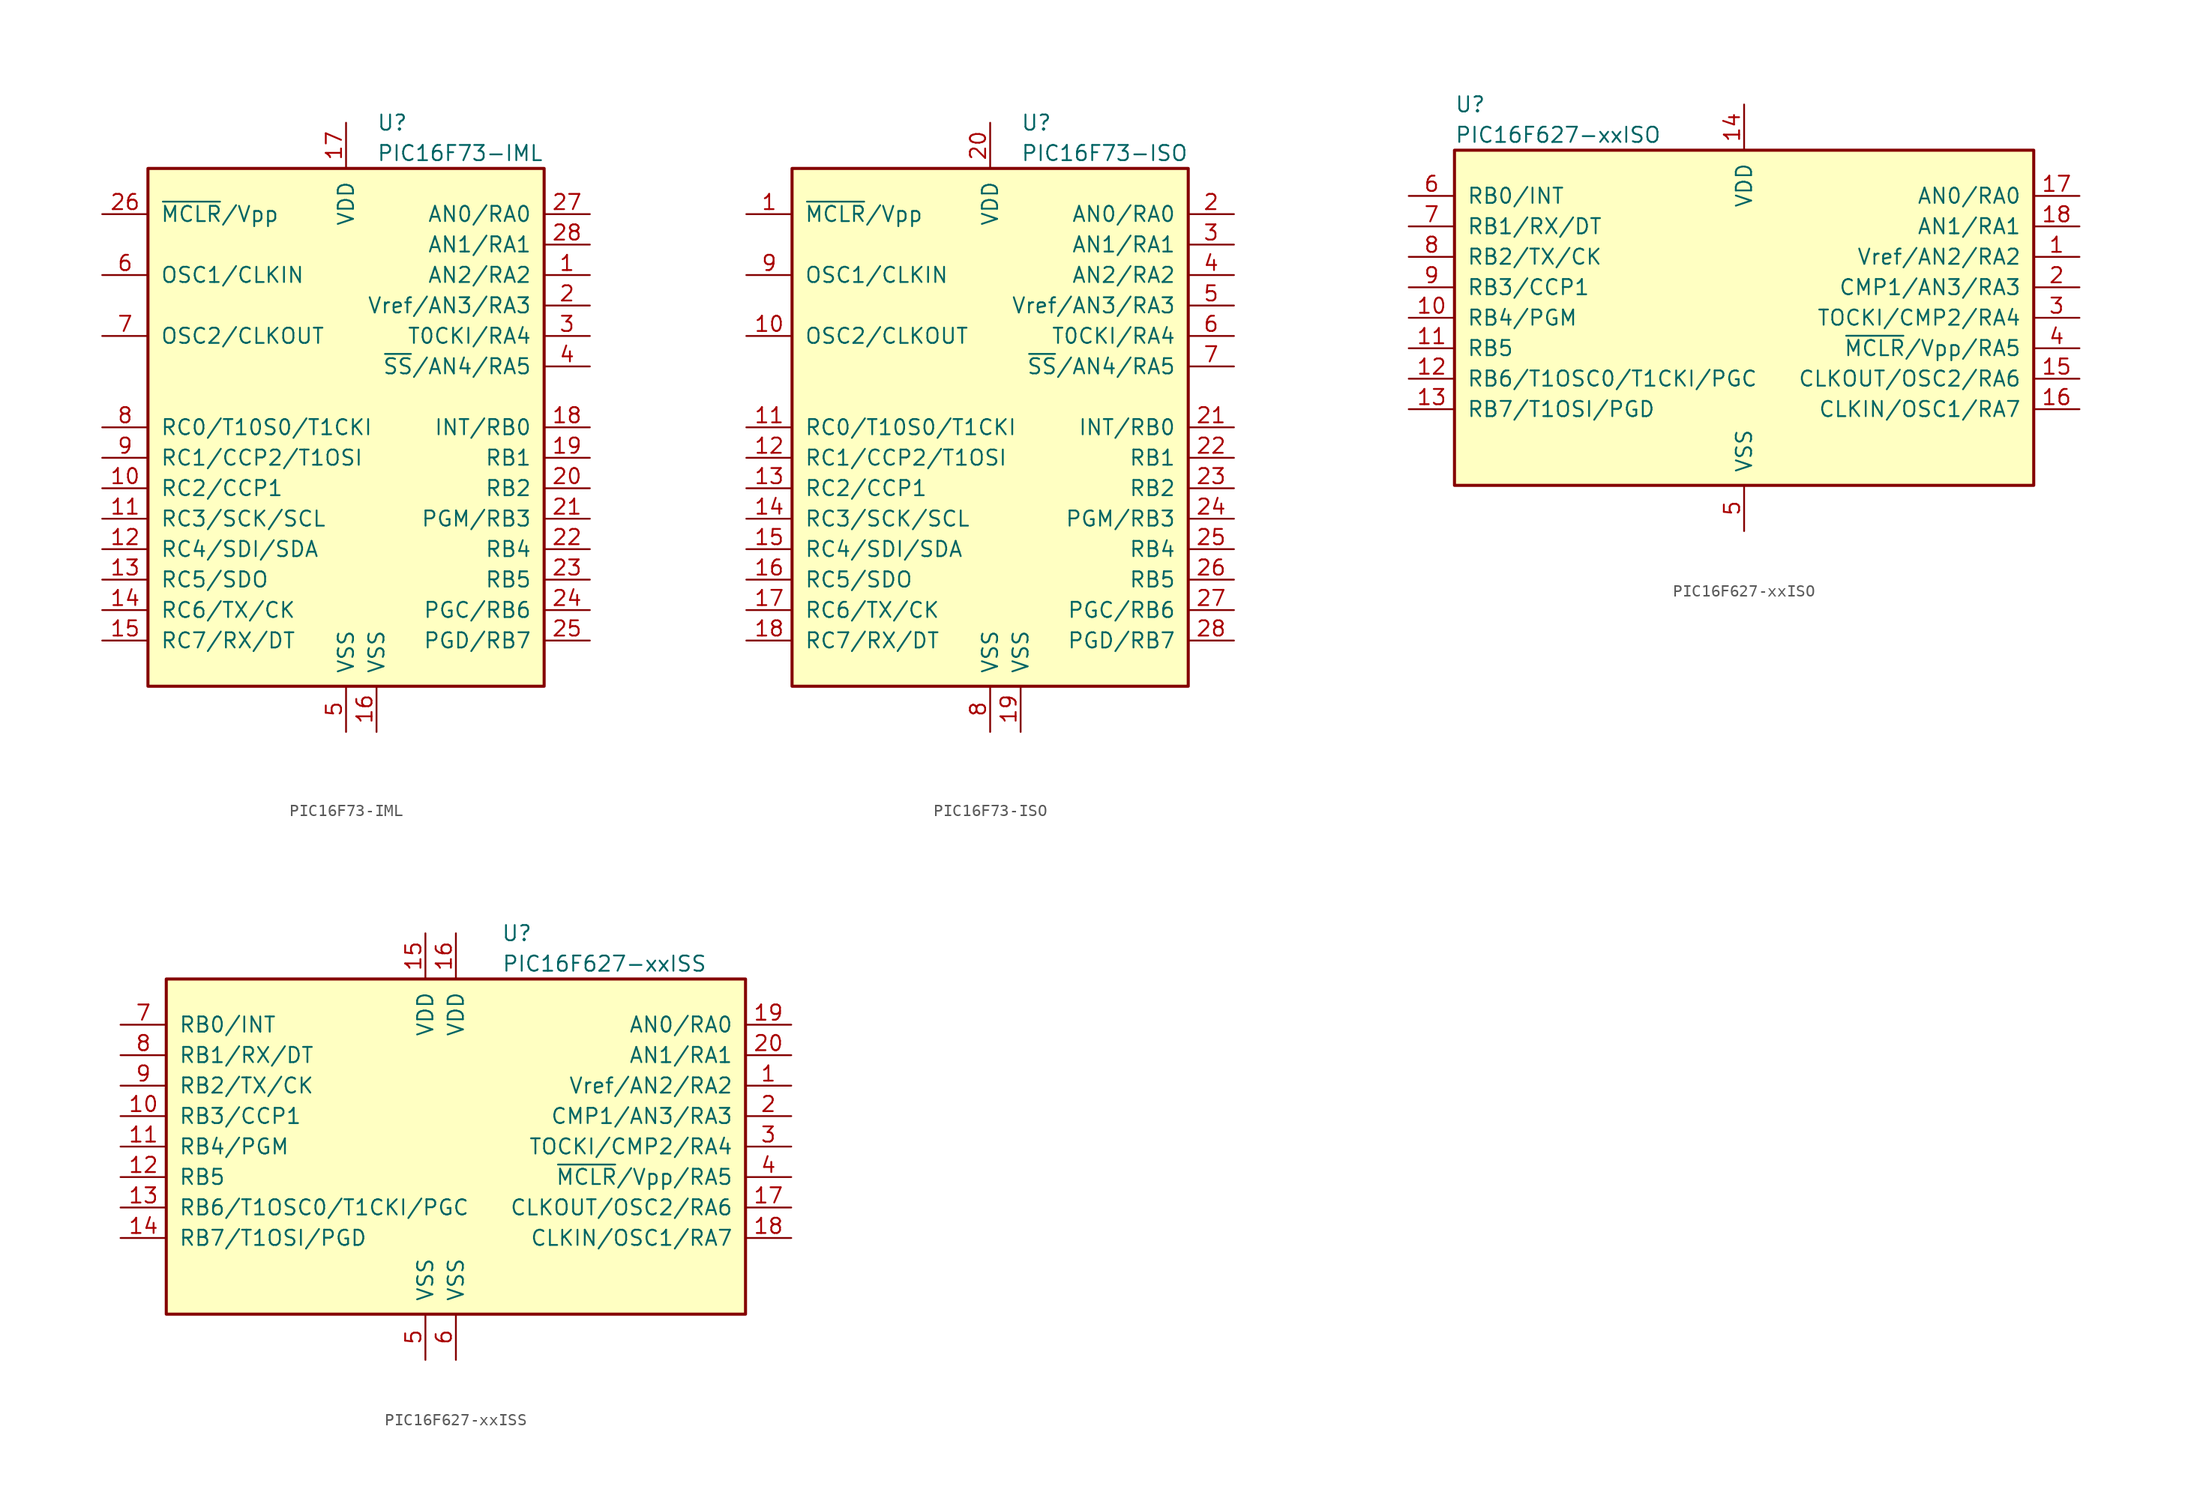
<source format=kicad_sym>
(kicad_symbol_lib
  (version 20201005)
  (generator kicad_symbol_editor)
  (symbol "PIC16F73-IML"
    (pin_names
      (offset 1.016))
    (property "Reference" "U"
      (at 2.54 25.4 0)
      (effects (font (size 1.27 1.27)) (justify left)))
    (property "Value" "PIC16F73-IML"
      (at 2.54 22.86 0)
      (effects (font (size 1.27 1.27)) (justify left)))
    (symbol "PIC16F73-IML_0_1"
      (rectangle (start -16.51 -21.59) (end 16.51 21.59) (stroke (width 0.254)) (fill (type background))))
    (symbol "PIC16F73-IML_1_1"
      (pin bidirectional line (at 20.32 12.7 180) (length 3.81) (name "AN2/RA2" (effects (font (size 1.27 1.27)))) (number "1" (effects (font (size 1.27 1.27)))))
      (pin bidirectional line (at -20.32 -5.08 0) (length 3.81) (name "RC2/CCP1" (effects (font (size 1.27 1.27)))) (number "10" (effects (font (size 1.27 1.27)))))
      (pin bidirectional line (at -20.32 -7.62 0) (length 3.81) (name "RC3/SCK/SCL" (effects (font (size 1.27 1.27)))) (number "11" (effects (font (size 1.27 1.27)))))
      (pin bidirectional line (at -20.32 -10.16 0) (length 3.81) (name "RC4/SDI/SDA" (effects (font (size 1.27 1.27)))) (number "12" (effects (font (size 1.27 1.27)))))
      (pin bidirectional line (at -20.32 -12.7 0) (length 3.81) (name "RC5/SDO" (effects (font (size 1.27 1.27)))) (number "13" (effects (font (size 1.27 1.27)))))
      (pin bidirectional line (at -20.32 -15.24 0) (length 3.81) (name "RC6/TX/CK" (effects (font (size 1.27 1.27)))) (number "14" (effects (font (size 1.27 1.27)))))
      (pin bidirectional line (at -20.32 -17.78 0) (length 3.81) (name "RC7/RX/DT" (effects (font (size 1.27 1.27)))) (number "15" (effects (font (size 1.27 1.27)))))
      (pin power_in line (at 2.54 -25.4 90) (length 3.81) (name "VSS" (effects (font (size 1.27 1.27)))) (number "16" (effects (font (size 1.27 1.27)))))
      (pin power_in line (at 0 25.4 270) (length 3.81) (name "VDD" (effects (font (size 1.27 1.27)))) (number "17" (effects (font (size 1.27 1.27)))))
      (pin bidirectional line (at 20.32 0 180) (length 3.81) (name "INT/RB0" (effects (font (size 1.27 1.27)))) (number "18" (effects (font (size 1.27 1.27)))))
      (pin bidirectional line (at 20.32 -2.54 180) (length 3.81) (name "RB1" (effects (font (size 1.27 1.27)))) (number "19" (effects (font (size 1.27 1.27)))))
      (pin bidirectional line (at 20.32 10.16 180) (length 3.81) (name "Vref/AN3/RA3" (effects (font (size 1.27 1.27)))) (number "2" (effects (font (size 1.27 1.27)))))
      (pin bidirectional line (at 20.32 -5.08 180) (length 3.81) (name "RB2" (effects (font (size 1.27 1.27)))) (number "20" (effects (font (size 1.27 1.27)))))
      (pin bidirectional line (at 20.32 -7.62 180) (length 3.81) (name "PGM/RB3" (effects (font (size 1.27 1.27)))) (number "21" (effects (font (size 1.27 1.27)))))
      (pin bidirectional line (at 20.32 -10.16 180) (length 3.81) (name "RB4" (effects (font (size 1.27 1.27)))) (number "22" (effects (font (size 1.27 1.27)))))
      (pin bidirectional line (at 20.32 -12.7 180) (length 3.81) (name "RB5" (effects (font (size 1.27 1.27)))) (number "23" (effects (font (size 1.27 1.27)))))
      (pin bidirectional line (at 20.32 -15.24 180) (length 3.81) (name "PGC/RB6" (effects (font (size 1.27 1.27)))) (number "24" (effects (font (size 1.27 1.27)))))
      (pin bidirectional line (at 20.32 -17.78 180) (length 3.81) (name "PGD/RB7" (effects (font (size 1.27 1.27)))) (number "25" (effects (font (size 1.27 1.27)))))
      (pin input line (at -20.32 17.78 0) (length 3.81) (name "~MCLR~/Vpp" (effects (font (size 1.27 1.27)))) (number "26" (effects (font (size 1.27 1.27)))))
      (pin bidirectional line (at 20.32 17.78 180) (length 3.81) (name "AN0/RA0" (effects (font (size 1.27 1.27)))) (number "27" (effects (font (size 1.27 1.27)))))
      (pin bidirectional line (at 20.32 15.24 180) (length 3.81) (name "AN1/RA1" (effects (font (size 1.27 1.27)))) (number "28" (effects (font (size 1.27 1.27)))))
      (pin bidirectional line (at 20.32 7.62 180) (length 3.81) (name "T0CKI/RA4" (effects (font (size 1.27 1.27)))) (number "3" (effects (font (size 1.27 1.27)))))
      (pin bidirectional line (at 20.32 5.08 180) (length 3.81) (name "~SS~/AN4/RA5" (effects (font (size 1.27 1.27)))) (number "4" (effects (font (size 1.27 1.27)))))
      (pin power_in line (at 0 -25.4 90) (length 3.81) (name "VSS" (effects (font (size 1.27 1.27)))) (number "5" (effects (font (size 1.27 1.27)))))
      (pin input line (at -20.32 12.7 0) (length 3.81) (name "OSC1/CLKIN" (effects (font (size 1.27 1.27)))) (number "6" (effects (font (size 1.27 1.27)))))
      (pin output line (at -20.32 7.62 0) (length 3.81) (name "OSC2/CLKOUT" (effects (font (size 1.27 1.27)))) (number "7" (effects (font (size 1.27 1.27)))))
      (pin bidirectional line (at -20.32 0 0) (length 3.81) (name "RC0/T10S0/T1CKI" (effects (font (size 1.27 1.27)))) (number "8" (effects (font (size 1.27 1.27)))))
      (pin bidirectional line (at -20.32 -2.54 0) (length 3.81) (name "RC1/CCP2/T1OSI" (effects (font (size 1.27 1.27)))) (number "9" (effects (font (size 1.27 1.27)))))))
  (symbol "PIC16F73-ISO"
    (pin_names
      (offset 1.016))
    (property "Reference" "U"
      (at 2.54 25.4 0)
      (effects (font (size 1.27 1.27)) (justify left)))
    (property "Value" "PIC16F73-ISO"
      (at 2.54 22.86 0)
      (effects (font (size 1.27 1.27)) (justify left)))
    (symbol "PIC16F73-ISO_0_1"
      (rectangle (start -16.51 -21.59) (end 16.51 21.59) (stroke (width 0.254)) (fill (type background))))
    (symbol "PIC16F73-ISO_1_1"
      (pin input line (at -20.32 17.78 0) (length 3.81) (name "~MCLR~/Vpp" (effects (font (size 1.27 1.27)))) (number "1" (effects (font (size 1.27 1.27)))))
      (pin output line (at -20.32 7.62 0) (length 3.81) (name "OSC2/CLKOUT" (effects (font (size 1.27 1.27)))) (number "10" (effects (font (size 1.27 1.27)))))
      (pin bidirectional line (at -20.32 0 0) (length 3.81) (name "RC0/T10S0/T1CKI" (effects (font (size 1.27 1.27)))) (number "11" (effects (font (size 1.27 1.27)))))
      (pin bidirectional line (at -20.32 -2.54 0) (length 3.81) (name "RC1/CCP2/T1OSI" (effects (font (size 1.27 1.27)))) (number "12" (effects (font (size 1.27 1.27)))))
      (pin bidirectional line (at -20.32 -5.08 0) (length 3.81) (name "RC2/CCP1" (effects (font (size 1.27 1.27)))) (number "13" (effects (font (size 1.27 1.27)))))
      (pin bidirectional line (at -20.32 -7.62 0) (length 3.81) (name "RC3/SCK/SCL" (effects (font (size 1.27 1.27)))) (number "14" (effects (font (size 1.27 1.27)))))
      (pin bidirectional line (at -20.32 -10.16 0) (length 3.81) (name "RC4/SDI/SDA" (effects (font (size 1.27 1.27)))) (number "15" (effects (font (size 1.27 1.27)))))
      (pin bidirectional line (at -20.32 -12.7 0) (length 3.81) (name "RC5/SDO" (effects (font (size 1.27 1.27)))) (number "16" (effects (font (size 1.27 1.27)))))
      (pin bidirectional line (at -20.32 -15.24 0) (length 3.81) (name "RC6/TX/CK" (effects (font (size 1.27 1.27)))) (number "17" (effects (font (size 1.27 1.27)))))
      (pin bidirectional line (at -20.32 -17.78 0) (length 3.81) (name "RC7/RX/DT" (effects (font (size 1.27 1.27)))) (number "18" (effects (font (size 1.27 1.27)))))
      (pin power_in line (at 2.54 -25.4 90) (length 3.81) (name "VSS" (effects (font (size 1.27 1.27)))) (number "19" (effects (font (size 1.27 1.27)))))
      (pin bidirectional line (at 20.32 17.78 180) (length 3.81) (name "AN0/RA0" (effects (font (size 1.27 1.27)))) (number "2" (effects (font (size 1.27 1.27)))))
      (pin power_in line (at 0 25.4 270) (length 3.81) (name "VDD" (effects (font (size 1.27 1.27)))) (number "20" (effects (font (size 1.27 1.27)))))
      (pin bidirectional line (at 20.32 0 180) (length 3.81) (name "INT/RB0" (effects (font (size 1.27 1.27)))) (number "21" (effects (font (size 1.27 1.27)))))
      (pin bidirectional line (at 20.32 -2.54 180) (length 3.81) (name "RB1" (effects (font (size 1.27 1.27)))) (number "22" (effects (font (size 1.27 1.27)))))
      (pin bidirectional line (at 20.32 -5.08 180) (length 3.81) (name "RB2" (effects (font (size 1.27 1.27)))) (number "23" (effects (font (size 1.27 1.27)))))
      (pin bidirectional line (at 20.32 -7.62 180) (length 3.81) (name "PGM/RB3" (effects (font (size 1.27 1.27)))) (number "24" (effects (font (size 1.27 1.27)))))
      (pin bidirectional line (at 20.32 -10.16 180) (length 3.81) (name "RB4" (effects (font (size 1.27 1.27)))) (number "25" (effects (font (size 1.27 1.27)))))
      (pin bidirectional line (at 20.32 -12.7 180) (length 3.81) (name "RB5" (effects (font (size 1.27 1.27)))) (number "26" (effects (font (size 1.27 1.27)))))
      (pin bidirectional line (at 20.32 -15.24 180) (length 3.81) (name "PGC/RB6" (effects (font (size 1.27 1.27)))) (number "27" (effects (font (size 1.27 1.27)))))
      (pin bidirectional line (at 20.32 -17.78 180) (length 3.81) (name "PGD/RB7" (effects (font (size 1.27 1.27)))) (number "28" (effects (font (size 1.27 1.27)))))
      (pin bidirectional line (at 20.32 15.24 180) (length 3.81) (name "AN1/RA1" (effects (font (size 1.27 1.27)))) (number "3" (effects (font (size 1.27 1.27)))))
      (pin bidirectional line (at 20.32 12.7 180) (length 3.81) (name "AN2/RA2" (effects (font (size 1.27 1.27)))) (number "4" (effects (font (size 1.27 1.27)))))
      (pin bidirectional line (at 20.32 10.16 180) (length 3.81) (name "Vref/AN3/RA3" (effects (font (size 1.27 1.27)))) (number "5" (effects (font (size 1.27 1.27)))))
      (pin bidirectional line (at 20.32 7.62 180) (length 3.81) (name "T0CKI/RA4" (effects (font (size 1.27 1.27)))) (number "6" (effects (font (size 1.27 1.27)))))
      (pin bidirectional line (at 20.32 5.08 180) (length 3.81) (name "~SS~/AN4/RA5" (effects (font (size 1.27 1.27)))) (number "7" (effects (font (size 1.27 1.27)))))
      (pin power_in line (at 0 -25.4 90) (length 3.81) (name "VSS" (effects (font (size 1.27 1.27)))) (number "8" (effects (font (size 1.27 1.27)))))
      (pin input line (at -20.32 12.7 0) (length 3.81) (name "OSC1/CLKIN" (effects (font (size 1.27 1.27)))) (number "9" (effects (font (size 1.27 1.27)))))))
  (symbol "PIC16F627-xxISO"
    (pin_names
      (offset 1.016))
    (property "Reference" "U"
      (at -24.13 17.78 0)
      (effects (font (size 1.27 1.27)) (justify left)))
    (property "Value" "PIC16F627-xxISO"
      (at -24.13 15.24 0)
      (effects (font (size 1.27 1.27)) (justify left)))
    (symbol "PIC16F627-xxISO_0_1"
      (rectangle (start 24.13 13.97) (end -24.13 -13.97) (stroke (width 0.254)) (fill (type background))))
    (symbol "PIC16F627-xxISO_1_1"
      (pin bidirectional line (at 27.94 5.08 180) (length 3.81) (name "Vref/AN2/RA2" (effects (font (size 1.27 1.27)))) (number "1" (effects (font (size 1.27 1.27)))))
      (pin bidirectional line (at -27.94 0 0) (length 3.81) (name "RB4/PGM" (effects (font (size 1.27 1.27)))) (number "10" (effects (font (size 1.27 1.27)))))
      (pin bidirectional line (at -27.94 -2.54 0) (length 3.81) (name "RB5" (effects (font (size 1.27 1.27)))) (number "11" (effects (font (size 1.27 1.27)))))
      (pin bidirectional line (at -27.94 -5.08 0) (length 3.81) (name "RB6/T1OSC0/T1CKI/PGC" (effects (font (size 1.27 1.27)))) (number "12" (effects (font (size 1.27 1.27)))))
      (pin bidirectional line (at -27.94 -7.62 0) (length 3.81) (name "RB7/T1OSI/PGD" (effects (font (size 1.27 1.27)))) (number "13" (effects (font (size 1.27 1.27)))))
      (pin power_in line (at 0 17.78 270) (length 3.81) (name "VDD" (effects (font (size 1.27 1.27)))) (number "14" (effects (font (size 1.27 1.27)))))
      (pin bidirectional line (at 27.94 -5.08 180) (length 3.81) (name "CLKOUT/OSC2/RA6" (effects (font (size 1.27 1.27)))) (number "15" (effects (font (size 1.27 1.27)))))
      (pin bidirectional line (at 27.94 -7.62 180) (length 3.81) (name "CLKIN/OSC1/RA7" (effects (font (size 1.27 1.27)))) (number "16" (effects (font (size 1.27 1.27)))))
      (pin bidirectional line (at 27.94 10.16 180) (length 3.81) (name "AN0/RA0" (effects (font (size 1.27 1.27)))) (number "17" (effects (font (size 1.27 1.27)))))
      (pin bidirectional line (at 27.94 7.62 180) (length 3.81) (name "AN1/RA1" (effects (font (size 1.27 1.27)))) (number "18" (effects (font (size 1.27 1.27)))))
      (pin bidirectional line (at 27.94 2.54 180) (length 3.81) (name "CMP1/AN3/RA3" (effects (font (size 1.27 1.27)))) (number "2" (effects (font (size 1.27 1.27)))))
      (pin bidirectional line (at 27.94 0 180) (length 3.81) (name "TOCKI/CMP2/RA4" (effects (font (size 1.27 1.27)))) (number "3" (effects (font (size 1.27 1.27)))))
      (pin input line (at 27.94 -2.54 180) (length 3.81) (name "~MCLR~/Vpp/RA5" (effects (font (size 1.27 1.27)))) (number "4" (effects (font (size 1.27 1.27)))))
      (pin power_in line (at 0 -17.78 90) (length 3.81) (name "VSS" (effects (font (size 1.27 1.27)))) (number "5" (effects (font (size 1.27 1.27)))))
      (pin bidirectional line (at -27.94 10.16 0) (length 3.81) (name "RB0/INT" (effects (font (size 1.27 1.27)))) (number "6" (effects (font (size 1.27 1.27)))))
      (pin bidirectional line (at -27.94 7.62 0) (length 3.81) (name "RB1/RX/DT" (effects (font (size 1.27 1.27)))) (number "7" (effects (font (size 1.27 1.27)))))
      (pin bidirectional line (at -27.94 5.08 0) (length 3.81) (name "RB2/TX/CK" (effects (font (size 1.27 1.27)))) (number "8" (effects (font (size 1.27 1.27)))))
      (pin bidirectional line (at -27.94 2.54 0) (length 3.81) (name "RB3/CCP1" (effects (font (size 1.27 1.27)))) (number "9" (effects (font (size 1.27 1.27)))))))
  (symbol "PIC16F627-xxISS"
    (pin_names
      (offset 1.016))
    (property "Reference" "U"
      (at 5.08 17.78 0)
      (effects (font (size 1.27 1.27))))
    (property "Value" "PIC16F627-xxISS"
      (at 3.81 15.24 0)
      (effects (font (size 1.27 1.27)) (justify left)))
    (symbol "PIC16F627-xxISS_0_1"
      (rectangle (start 24.13 13.97) (end -24.13 -13.97) (stroke (width 0.254)) (fill (type background))))
    (symbol "PIC16F627-xxISS_1_1"
      (pin bidirectional line (at 27.94 5.08 180) (length 3.81) (name "Vref/AN2/RA2" (effects (font (size 1.27 1.27)))) (number "1" (effects (font (size 1.27 1.27)))))
      (pin bidirectional line (at -27.94 2.54 0) (length 3.81) (name "RB3/CCP1" (effects (font (size 1.27 1.27)))) (number "10" (effects (font (size 1.27 1.27)))))
      (pin bidirectional line (at -27.94 0 0) (length 3.81) (name "RB4/PGM" (effects (font (size 1.27 1.27)))) (number "11" (effects (font (size 1.27 1.27)))))
      (pin bidirectional line (at -27.94 -2.54 0) (length 3.81) (name "RB5" (effects (font (size 1.27 1.27)))) (number "12" (effects (font (size 1.27 1.27)))))
      (pin bidirectional line (at -27.94 -5.08 0) (length 3.81) (name "RB6/T1OSC0/T1CKI/PGC" (effects (font (size 1.27 1.27)))) (number "13" (effects (font (size 1.27 1.27)))))
      (pin bidirectional line (at -27.94 -7.62 0) (length 3.81) (name "RB7/T1OSI/PGD" (effects (font (size 1.27 1.27)))) (number "14" (effects (font (size 1.27 1.27)))))
      (pin power_in line (at -2.54 17.78 270) (length 3.81) (name "VDD" (effects (font (size 1.27 1.27)))) (number "15" (effects (font (size 1.27 1.27)))))
      (pin power_in line (at 0 17.78 270) (length 3.81) (name "VDD" (effects (font (size 1.27 1.27)))) (number "16" (effects (font (size 1.27 1.27)))))
      (pin bidirectional line (at 27.94 -5.08 180) (length 3.81) (name "CLKOUT/OSC2/RA6" (effects (font (size 1.27 1.27)))) (number "17" (effects (font (size 1.27 1.27)))))
      (pin bidirectional line (at 27.94 -7.62 180) (length 3.81) (name "CLKIN/OSC1/RA7" (effects (font (size 1.27 1.27)))) (number "18" (effects (font (size 1.27 1.27)))))
      (pin bidirectional line (at 27.94 10.16 180) (length 3.81) (name "AN0/RA0" (effects (font (size 1.27 1.27)))) (number "19" (effects (font (size 1.27 1.27)))))
      (pin bidirectional line (at 27.94 2.54 180) (length 3.81) (name "CMP1/AN3/RA3" (effects (font (size 1.27 1.27)))) (number "2" (effects (font (size 1.27 1.27)))))
      (pin bidirectional line (at 27.94 7.62 180) (length 3.81) (name "AN1/RA1" (effects (font (size 1.27 1.27)))) (number "20" (effects (font (size 1.27 1.27)))))
      (pin bidirectional line (at 27.94 0 180) (length 3.81) (name "TOCKI/CMP2/RA4" (effects (font (size 1.27 1.27)))) (number "3" (effects (font (size 1.27 1.27)))))
      (pin input line (at 27.94 -2.54 180) (length 3.81) (name "~MCLR~/Vpp/RA5" (effects (font (size 1.27 1.27)))) (number "4" (effects (font (size 1.27 1.27)))))
      (pin power_in line (at -2.54 -17.78 90) (length 3.81) (name "VSS" (effects (font (size 1.27 1.27)))) (number "5" (effects (font (size 1.27 1.27)))))
      (pin power_in line (at 0 -17.78 90) (length 3.81) (name "VSS" (effects (font (size 1.27 1.27)))) (number "6" (effects (font (size 1.27 1.27)))))
      (pin bidirectional line (at -27.94 10.16 0) (length 3.81) (name "RB0/INT" (effects (font (size 1.27 1.27)))) (number "7" (effects (font (size 1.27 1.27)))))
      (pin bidirectional line (at -27.94 7.62 0) (length 3.81) (name "RB1/RX/DT" (effects (font (size 1.27 1.27)))) (number "8" (effects (font (size 1.27 1.27)))))
      (pin bidirectional line (at -27.94 5.08 0) (length 3.81) (name "RB2/TX/CK" (effects (font (size 1.27 1.27)))) (number "9" (effects (font (size 1.27 1.27))))))))
</source>
